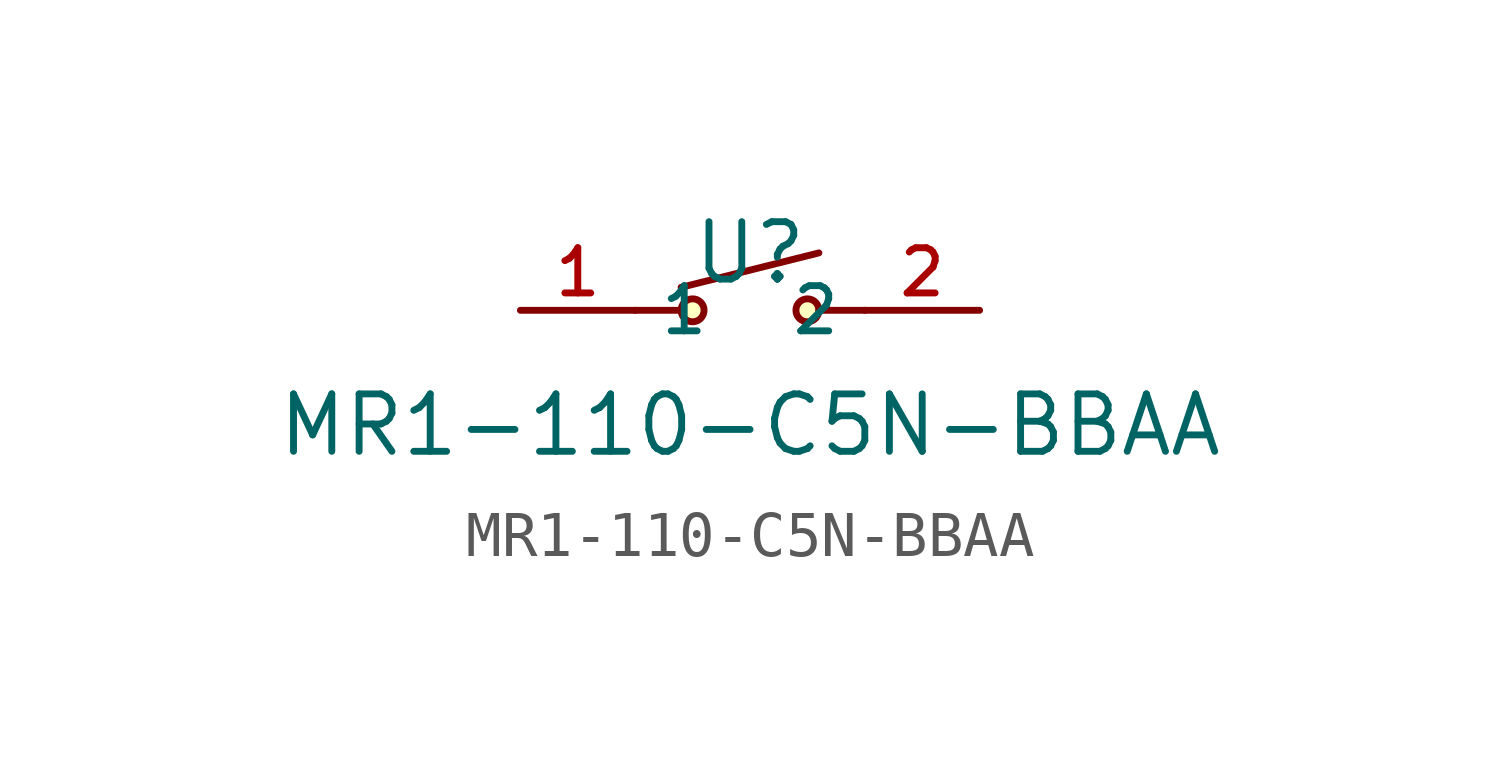
<source format=kicad_sym>
(kicad_symbol_lib
  (version 20210201)
  (generator TousstNicolas/JLC2KiCad_lib)
  (symbol "MR1-110-C5N-BBAA"
    (property "Reference" "U"
      (at 0 1.27 0)
      (effects (font (size 1.27 1.27))))
    (property "Value" "MR1-110-C5N-BBAA"
      (at 0 -2.54 0)
      (effects (font (size 1.27 1.27))))
    (symbol "MR1-110-C5N-BBAA_0_1"
      (polyline (pts (xy -2.54 -0.0) (xy -1.524 -0.0)) (stroke (width 0) (type default) (color 0 0 0 0)) (fill (type none)))
      (polyline (pts (xy 2.54 -0.0) (xy 1.524 -0.0)) (stroke (width 0) (type default) (color 0 0 0 0)) (fill (type none)))
      (circle (center -1.27 -0.0) (radius 0.254) (stroke (width 0) (type default) (color 0 0 0 0)) (fill (type background)))
      (circle (center 1.27 -0.0) (radius 0.254) (stroke (width 0) (type default) (color 0 0 0 0)) (fill (type background)))
      (pin unspecified line (at -5.08 -0.0 0) (length 2.54) (name "1" (effects (font (size 1 1)))) (number "1" (effects (font (size 1 1)))))
      (pin unspecified line (at 5.08 -0.0 180) (length 2.54) (name "2" (effects (font (size 1 1)))) (number "2" (effects (font (size 1 1)))))
      (polyline (pts (xy -1.524 0.508) (xy 1.524 1.27)) (stroke (width 0) (type default) (color 0 0 0 0)) (fill (type none))))))
</source>
